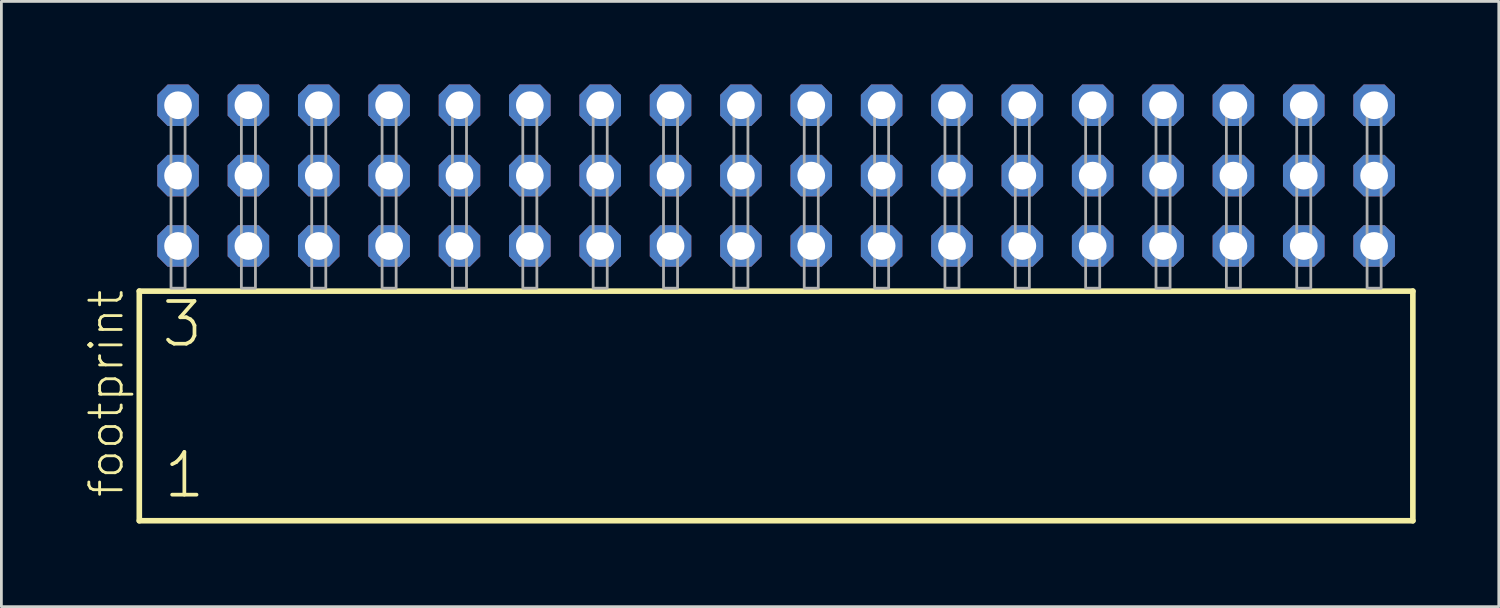
<source format=kicad_pcb>
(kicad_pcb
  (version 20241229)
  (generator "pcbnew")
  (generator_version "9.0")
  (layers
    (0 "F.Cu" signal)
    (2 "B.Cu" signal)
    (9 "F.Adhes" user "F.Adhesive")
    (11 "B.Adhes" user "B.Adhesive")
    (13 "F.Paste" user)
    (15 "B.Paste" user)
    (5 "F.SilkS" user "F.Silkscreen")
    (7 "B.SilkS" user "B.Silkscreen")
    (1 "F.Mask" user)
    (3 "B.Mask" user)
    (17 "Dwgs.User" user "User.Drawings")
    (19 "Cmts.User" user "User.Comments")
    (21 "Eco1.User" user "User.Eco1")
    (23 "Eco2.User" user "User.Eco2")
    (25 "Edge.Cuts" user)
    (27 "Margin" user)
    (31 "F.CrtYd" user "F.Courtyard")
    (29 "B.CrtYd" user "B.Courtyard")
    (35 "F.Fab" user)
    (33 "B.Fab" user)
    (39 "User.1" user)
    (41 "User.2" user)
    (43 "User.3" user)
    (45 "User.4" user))
  (footprint "footprint"
    (layer "F.Cu")
    (at 24.968 7.354)
    (property "Reference" "footprint" (at -23.495 7.62 90) (layer "F.SilkS") (effects (font (size 1.168 1.168) (thickness 0.102)) (justify left bottom)))
    (fp_line (start -22.989 0.106) (end -22.989 8.396) (stroke (width 0.203) (type solid)) (layer "F.SilkS"))
    (fp_line (start -22.989 8.396) (end 22.989 8.396) (stroke (width 0.203) (type solid)) (layer "F.SilkS"))
    (fp_line (start 22.989 0.106) (end -22.989 0.106) (stroke (width 0.203) (type solid)) (layer "F.SilkS"))
    (fp_line (start 22.989 8.396) (end 22.989 0.106) (stroke (width 0.203) (type solid)) (layer "F.SilkS"))
    (fp_poly (pts (xy -21.844 0) (xy -21.336 0) (xy -21.336 -6.858) (xy -21.844 -6.858)) (stroke (width 0.1) (type solid)) (fill no) (layer "F.Fab"))
    (fp_poly (pts (xy -19.304 0) (xy -18.796 0) (xy -18.796 -6.858) (xy -19.304 -6.858)) (stroke (width 0.1) (type solid)) (fill no) (layer "F.Fab"))
    (fp_poly (pts (xy -16.764 0) (xy -16.256 0) (xy -16.256 -6.858) (xy -16.764 -6.858)) (stroke (width 0.1) (type solid)) (fill no) (layer "F.Fab"))
    (fp_poly (pts (xy -14.224 0) (xy -13.716 0) (xy -13.716 -6.858) (xy -14.224 -6.858)) (stroke (width 0.1) (type solid)) (fill no) (layer "F.Fab"))
    (fp_poly (pts (xy -11.684 0) (xy -11.176 0) (xy -11.176 -6.858) (xy -11.684 -6.858)) (stroke (width 0.1) (type solid)) (fill no) (layer "F.Fab"))
    (fp_poly (pts (xy -9.144 0) (xy -8.636 0) (xy -8.636 -6.858) (xy -9.144 -6.858)) (stroke (width 0.1) (type solid)) (fill no) (layer "F.Fab"))
    (fp_poly (pts (xy -6.604 0) (xy -6.096 0) (xy -6.096 -6.858) (xy -6.604 -6.858)) (stroke (width 0.1) (type solid)) (fill no) (layer "F.Fab"))
    (fp_poly (pts (xy -4.064 0) (xy -3.556 0) (xy -3.556 -6.858) (xy -4.064 -6.858)) (stroke (width 0.1) (type solid)) (fill no) (layer "F.Fab"))
    (fp_poly (pts (xy -1.524 0) (xy -1.016 0) (xy -1.016 -6.858) (xy -1.524 -6.858)) (stroke (width 0.1) (type solid)) (fill no) (layer "F.Fab"))
    (fp_poly (pts (xy 1.016 0) (xy 1.524 0) (xy 1.524 -6.858) (xy 1.016 -6.858)) (stroke (width 0.1) (type solid)) (fill no) (layer "F.Fab"))
    (fp_poly (pts (xy 3.556 0) (xy 4.064 0) (xy 4.064 -6.858) (xy 3.556 -6.858)) (stroke (width 0.1) (type solid)) (fill no) (layer "F.Fab"))
    (fp_poly (pts (xy 6.096 0) (xy 6.604 0) (xy 6.604 -6.858) (xy 6.096 -6.858)) (stroke (width 0.1) (type solid)) (fill no) (layer "F.Fab"))
    (fp_poly (pts (xy 8.636 0) (xy 9.144 0) (xy 9.144 -6.858) (xy 8.636 -6.858)) (stroke (width 0.1) (type solid)) (fill no) (layer "F.Fab"))
    (fp_poly (pts (xy 11.176 0) (xy 11.684 0) (xy 11.684 -6.858) (xy 11.176 -6.858)) (stroke (width 0.1) (type solid)) (fill no) (layer "F.Fab"))
    (fp_poly (pts (xy 13.716 0) (xy 14.224 0) (xy 14.224 -6.858) (xy 13.716 -6.858)) (stroke (width 0.1) (type solid)) (fill no) (layer "F.Fab"))
    (fp_poly (pts (xy 16.256 0) (xy 16.764 0) (xy 16.764 -6.858) (xy 16.256 -6.858)) (stroke (width 0.1) (type solid)) (fill no) (layer "F.Fab"))
    (fp_poly (pts (xy 18.796 0) (xy 19.304 0) (xy 19.304 -6.858) (xy 18.796 -6.858)) (stroke (width 0.1) (type solid)) (fill no) (layer "F.Fab"))
    (fp_poly (pts (xy 21.336 0) (xy 21.844 0) (xy 21.844 -6.858) (xy 21.336 -6.858)) (stroke (width 0.1) (type solid)) (fill no) (layer "F.Fab"))
    (fp_text user "1" (at -22.185 7.65 0) (layer "F.SilkS") (effects (font (size 1.542 1.542) (thickness 0.134)) (justify left bottom)))
    (fp_text user "3" (at -22.26 2.2 0) (layer "F.SilkS") (effects (font (size 1.542 1.542) (thickness 0.134)) (justify left bottom)))
    (pad "1" thru_hole roundrect (at -21.59 -1.524) (size 1.5 1.5) (drill 1) (layers "*.Cu" "*.Mask") (roundrect_rratio 0.25) (chamfer_ratio 0.25) (chamfer top_left top_right bottom_left bottom_right))
    (pad "2" thru_hole roundrect (at -21.59 -4.064) (size 1.5 1.5) (drill 1) (layers "*.Cu" "*.Mask") (roundrect_rratio 0.25) (chamfer_ratio 0.25) (chamfer top_left top_right bottom_left bottom_right))
    (pad "3" thru_hole roundrect (at -21.59 -6.604) (size 1.5 1.5) (drill 1) (layers "*.Cu" "*.Mask") (roundrect_rratio 0.25) (chamfer_ratio 0.25) (chamfer top_left top_right bottom_left bottom_right))
    (pad "4" thru_hole roundrect (at -19.05 -1.524) (size 1.5 1.5) (drill 1) (layers "*.Cu" "*.Mask") (roundrect_rratio 0.25) (chamfer_ratio 0.25) (chamfer top_left top_right bottom_left bottom_right))
    (pad "5" thru_hole roundrect (at -19.05 -4.064) (size 1.5 1.5) (drill 1) (layers "*.Cu" "*.Mask") (roundrect_rratio 0.25) (chamfer_ratio 0.25) (chamfer top_left top_right bottom_left bottom_right))
    (pad "6" thru_hole roundrect (at -19.05 -6.604) (size 1.5 1.5) (drill 1) (layers "*.Cu" "*.Mask") (roundrect_rratio 0.25) (chamfer_ratio 0.25) (chamfer top_left top_right bottom_left bottom_right))
    (pad "7" thru_hole roundrect (at -16.51 -1.524) (size 1.5 1.5) (drill 1) (layers "*.Cu" "*.Mask") (roundrect_rratio 0.25) (chamfer_ratio 0.25) (chamfer top_left top_right bottom_left bottom_right))
    (pad "8" thru_hole roundrect (at -16.51 -4.064) (size 1.5 1.5) (drill 1) (layers "*.Cu" "*.Mask") (roundrect_rratio 0.25) (chamfer_ratio 0.25) (chamfer top_left top_right bottom_left bottom_right))
    (pad "9" thru_hole roundrect (at -16.51 -6.604) (size 1.5 1.5) (drill 1) (layers "*.Cu" "*.Mask") (roundrect_rratio 0.25) (chamfer_ratio 0.25) (chamfer top_left top_right bottom_left bottom_right))
    (pad "10" thru_hole roundrect (at -13.97 -1.524) (size 1.5 1.5) (drill 1) (layers "*.Cu" "*.Mask") (roundrect_rratio 0.25) (chamfer_ratio 0.25) (chamfer top_left top_right bottom_left bottom_right))
    (pad "11" thru_hole roundrect (at -13.97 -4.064) (size 1.5 1.5) (drill 1) (layers "*.Cu" "*.Mask") (roundrect_rratio 0.25) (chamfer_ratio 0.25) (chamfer top_left top_right bottom_left bottom_right))
    (pad "12" thru_hole roundrect (at -13.97 -6.604) (size 1.5 1.5) (drill 1) (layers "*.Cu" "*.Mask") (roundrect_rratio 0.25) (chamfer_ratio 0.25) (chamfer top_left top_right bottom_left bottom_right))
    (pad "13" thru_hole roundrect (at -11.43 -1.524) (size 1.5 1.5) (drill 1) (layers "*.Cu" "*.Mask") (roundrect_rratio 0.25) (chamfer_ratio 0.25) (chamfer top_left top_right bottom_left bottom_right))
    (pad "14" thru_hole roundrect (at -11.43 -4.064) (size 1.5 1.5) (drill 1) (layers "*.Cu" "*.Mask") (roundrect_rratio 0.25) (chamfer_ratio 0.25) (chamfer top_left top_right bottom_left bottom_right))
    (pad "15" thru_hole roundrect (at -11.43 -6.604) (size 1.5 1.5) (drill 1) (layers "*.Cu" "*.Mask") (roundrect_rratio 0.25) (chamfer_ratio 0.25) (chamfer top_left top_right bottom_left bottom_right))
    (pad "16" thru_hole roundrect (at -8.89 -1.524) (size 1.5 1.5) (drill 1) (layers "*.Cu" "*.Mask") (roundrect_rratio 0.25) (chamfer_ratio 0.25) (chamfer top_left top_right bottom_left bottom_right))
    (pad "17" thru_hole roundrect (at -8.89 -4.064) (size 1.5 1.5) (drill 1) (layers "*.Cu" "*.Mask") (roundrect_rratio 0.25) (chamfer_ratio 0.25) (chamfer top_left top_right bottom_left bottom_right))
    (pad "18" thru_hole roundrect (at -8.89 -6.604) (size 1.5 1.5) (drill 1) (layers "*.Cu" "*.Mask") (roundrect_rratio 0.25) (chamfer_ratio 0.25) (chamfer top_left top_right bottom_left bottom_right))
    (pad "19" thru_hole roundrect (at -6.35 -1.524) (size 1.5 1.5) (drill 1) (layers "*.Cu" "*.Mask") (roundrect_rratio 0.25) (chamfer_ratio 0.25) (chamfer top_left top_right bottom_left bottom_right))
    (pad "20" thru_hole roundrect (at -6.35 -4.064) (size 1.5 1.5) (drill 1) (layers "*.Cu" "*.Mask") (roundrect_rratio 0.25) (chamfer_ratio 0.25) (chamfer top_left top_right bottom_left bottom_right))
    (pad "21" thru_hole roundrect (at -6.35 -6.604) (size 1.5 1.5) (drill 1) (layers "*.Cu" "*.Mask") (roundrect_rratio 0.25) (chamfer_ratio 0.25) (chamfer top_left top_right bottom_left bottom_right))
    (pad "22" thru_hole roundrect (at -3.81 -1.524) (size 1.5 1.5) (drill 1) (layers "*.Cu" "*.Mask") (roundrect_rratio 0.25) (chamfer_ratio 0.25) (chamfer top_left top_right bottom_left bottom_right))
    (pad "23" thru_hole roundrect (at -3.81 -4.064) (size 1.5 1.5) (drill 1) (layers "*.Cu" "*.Mask") (roundrect_rratio 0.25) (chamfer_ratio 0.25) (chamfer top_left top_right bottom_left bottom_right))
    (pad "24" thru_hole roundrect (at -3.81 -6.604) (size 1.5 1.5) (drill 1) (layers "*.Cu" "*.Mask") (roundrect_rratio 0.25) (chamfer_ratio 0.25) (chamfer top_left top_right bottom_left bottom_right))
    (pad "25" thru_hole roundrect (at -1.27 -1.524) (size 1.5 1.5) (drill 1) (layers "*.Cu" "*.Mask") (roundrect_rratio 0.25) (chamfer_ratio 0.25) (chamfer top_left top_right bottom_left bottom_right))
    (pad "26" thru_hole roundrect (at -1.27 -4.064) (size 1.5 1.5) (drill 1) (layers "*.Cu" "*.Mask") (roundrect_rratio 0.25) (chamfer_ratio 0.25) (chamfer top_left top_right bottom_left bottom_right))
    (pad "27" thru_hole roundrect (at -1.27 -6.604) (size 1.5 1.5) (drill 1) (layers "*.Cu" "*.Mask") (roundrect_rratio 0.25) (chamfer_ratio 0.25) (chamfer top_left top_right bottom_left bottom_right))
    (pad "28" thru_hole roundrect (at 1.27 -1.524) (size 1.5 1.5) (drill 1) (layers "*.Cu" "*.Mask") (roundrect_rratio 0.25) (chamfer_ratio 0.25) (chamfer top_left top_right bottom_left bottom_right))
    (pad "29" thru_hole roundrect (at 1.27 -4.064) (size 1.5 1.5) (drill 1) (layers "*.Cu" "*.Mask") (roundrect_rratio 0.25) (chamfer_ratio 0.25) (chamfer top_left top_right bottom_left bottom_right))
    (pad "30" thru_hole roundrect (at 1.27 -6.604) (size 1.5 1.5) (drill 1) (layers "*.Cu" "*.Mask") (roundrect_rratio 0.25) (chamfer_ratio 0.25) (chamfer top_left top_right bottom_left bottom_right))
    (pad "31" thru_hole roundrect (at 3.81 -1.524) (size 1.5 1.5) (drill 1) (layers "*.Cu" "*.Mask") (roundrect_rratio 0.25) (chamfer_ratio 0.25) (chamfer top_left top_right bottom_left bottom_right))
    (pad "32" thru_hole roundrect (at 3.81 -4.064) (size 1.5 1.5) (drill 1) (layers "*.Cu" "*.Mask") (roundrect_rratio 0.25) (chamfer_ratio 0.25) (chamfer top_left top_right bottom_left bottom_right))
    (pad "33" thru_hole roundrect (at 3.81 -6.604) (size 1.5 1.5) (drill 1) (layers "*.Cu" "*.Mask") (roundrect_rratio 0.25) (chamfer_ratio 0.25) (chamfer top_left top_right bottom_left bottom_right))
    (pad "34" thru_hole roundrect (at 6.35 -1.524) (size 1.5 1.5) (drill 1) (layers "*.Cu" "*.Mask") (roundrect_rratio 0.25) (chamfer_ratio 0.25) (chamfer top_left top_right bottom_left bottom_right))
    (pad "35" thru_hole roundrect (at 6.35 -4.064) (size 1.5 1.5) (drill 1) (layers "*.Cu" "*.Mask") (roundrect_rratio 0.25) (chamfer_ratio 0.25) (chamfer top_left top_right bottom_left bottom_right))
    (pad "36" thru_hole roundrect (at 6.35 -6.604) (size 1.5 1.5) (drill 1) (layers "*.Cu" "*.Mask") (roundrect_rratio 0.25) (chamfer_ratio 0.25) (chamfer top_left top_right bottom_left bottom_right))
    (pad "37" thru_hole roundrect (at 8.89 -1.524) (size 1.5 1.5) (drill 1) (layers "*.Cu" "*.Mask") (roundrect_rratio 0.25) (chamfer_ratio 0.25) (chamfer top_left top_right bottom_left bottom_right))
    (pad "38" thru_hole roundrect (at 8.89 -4.064) (size 1.5 1.5) (drill 1) (layers "*.Cu" "*.Mask") (roundrect_rratio 0.25) (chamfer_ratio 0.25) (chamfer top_left top_right bottom_left bottom_right))
    (pad "39" thru_hole roundrect (at 8.89 -6.604) (size 1.5 1.5) (drill 1) (layers "*.Cu" "*.Mask") (roundrect_rratio 0.25) (chamfer_ratio 0.25) (chamfer top_left top_right bottom_left bottom_right))
    (pad "40" thru_hole roundrect (at 11.43 -1.524) (size 1.5 1.5) (drill 1) (layers "*.Cu" "*.Mask") (roundrect_rratio 0.25) (chamfer_ratio 0.25) (chamfer top_left top_right bottom_left bottom_right))
    (pad "41" thru_hole roundrect (at 11.43 -4.064) (size 1.5 1.5) (drill 1) (layers "*.Cu" "*.Mask") (roundrect_rratio 0.25) (chamfer_ratio 0.25) (chamfer top_left top_right bottom_left bottom_right))
    (pad "42" thru_hole roundrect (at 11.43 -6.604) (size 1.5 1.5) (drill 1) (layers "*.Cu" "*.Mask") (roundrect_rratio 0.25) (chamfer_ratio 0.25) (chamfer top_left top_right bottom_left bottom_right))
    (pad "43" thru_hole roundrect (at 13.97 -1.524) (size 1.5 1.5) (drill 1) (layers "*.Cu" "*.Mask") (roundrect_rratio 0.25) (chamfer_ratio 0.25) (chamfer top_left top_right bottom_left bottom_right))
    (pad "44" thru_hole roundrect (at 13.97 -4.064) (size 1.5 1.5) (drill 1) (layers "*.Cu" "*.Mask") (roundrect_rratio 0.25) (chamfer_ratio 0.25) (chamfer top_left top_right bottom_left bottom_right))
    (pad "45" thru_hole roundrect (at 13.97 -6.604) (size 1.5 1.5) (drill 1) (layers "*.Cu" "*.Mask") (roundrect_rratio 0.25) (chamfer_ratio 0.25) (chamfer top_left top_right bottom_left bottom_right))
    (pad "46" thru_hole roundrect (at 16.51 -1.524) (size 1.5 1.5) (drill 1) (layers "*.Cu" "*.Mask") (roundrect_rratio 0.25) (chamfer_ratio 0.25) (chamfer top_left top_right bottom_left bottom_right))
    (pad "47" thru_hole roundrect (at 16.51 -4.064) (size 1.5 1.5) (drill 1) (layers "*.Cu" "*.Mask") (roundrect_rratio 0.25) (chamfer_ratio 0.25) (chamfer top_left top_right bottom_left bottom_right))
    (pad "48" thru_hole roundrect (at 16.51 -6.604) (size 1.5 1.5) (drill 1) (layers "*.Cu" "*.Mask") (roundrect_rratio 0.25) (chamfer_ratio 0.25) (chamfer top_left top_right bottom_left bottom_right))
    (pad "49" thru_hole roundrect (at 19.05 -1.524) (size 1.5 1.5) (drill 1) (layers "*.Cu" "*.Mask") (roundrect_rratio 0.25) (chamfer_ratio 0.25) (chamfer top_left top_right bottom_left bottom_right))
    (pad "50" thru_hole roundrect (at 19.05 -4.064) (size 1.5 1.5) (drill 1) (layers "*.Cu" "*.Mask") (roundrect_rratio 0.25) (chamfer_ratio 0.25) (chamfer top_left top_right bottom_left bottom_right))
    (pad "51" thru_hole roundrect (at 19.05 -6.604) (size 1.5 1.5) (drill 1) (layers "*.Cu" "*.Mask") (roundrect_rratio 0.25) (chamfer_ratio 0.25) (chamfer top_left top_right bottom_left bottom_right))
    (pad "52" thru_hole roundrect (at 21.59 -1.524) (size 1.5 1.5) (drill 1) (layers "*.Cu" "*.Mask") (roundrect_rratio 0.25) (chamfer_ratio 0.25) (chamfer top_left top_right bottom_left bottom_right))
    (pad "53" thru_hole roundrect (at 21.59 -4.064) (size 1.5 1.5) (drill 1) (layers "*.Cu" "*.Mask") (roundrect_rratio 0.25) (chamfer_ratio 0.25) (chamfer top_left top_right bottom_left bottom_right))
    (pad "54" thru_hole roundrect (at 21.59 -6.604) (size 1.5 1.5) (drill 1) (layers "*.Cu" "*.Mask") (roundrect_rratio 0.25) (chamfer_ratio 0.25) (chamfer top_left top_right bottom_left bottom_right)))
  (gr_rect
    (start -3 -3)
    (end 51.059 18.852)
    (stroke (width 0.1) (type default))
    (fill no)
    (layer "Edge.Cuts")))
</source>
